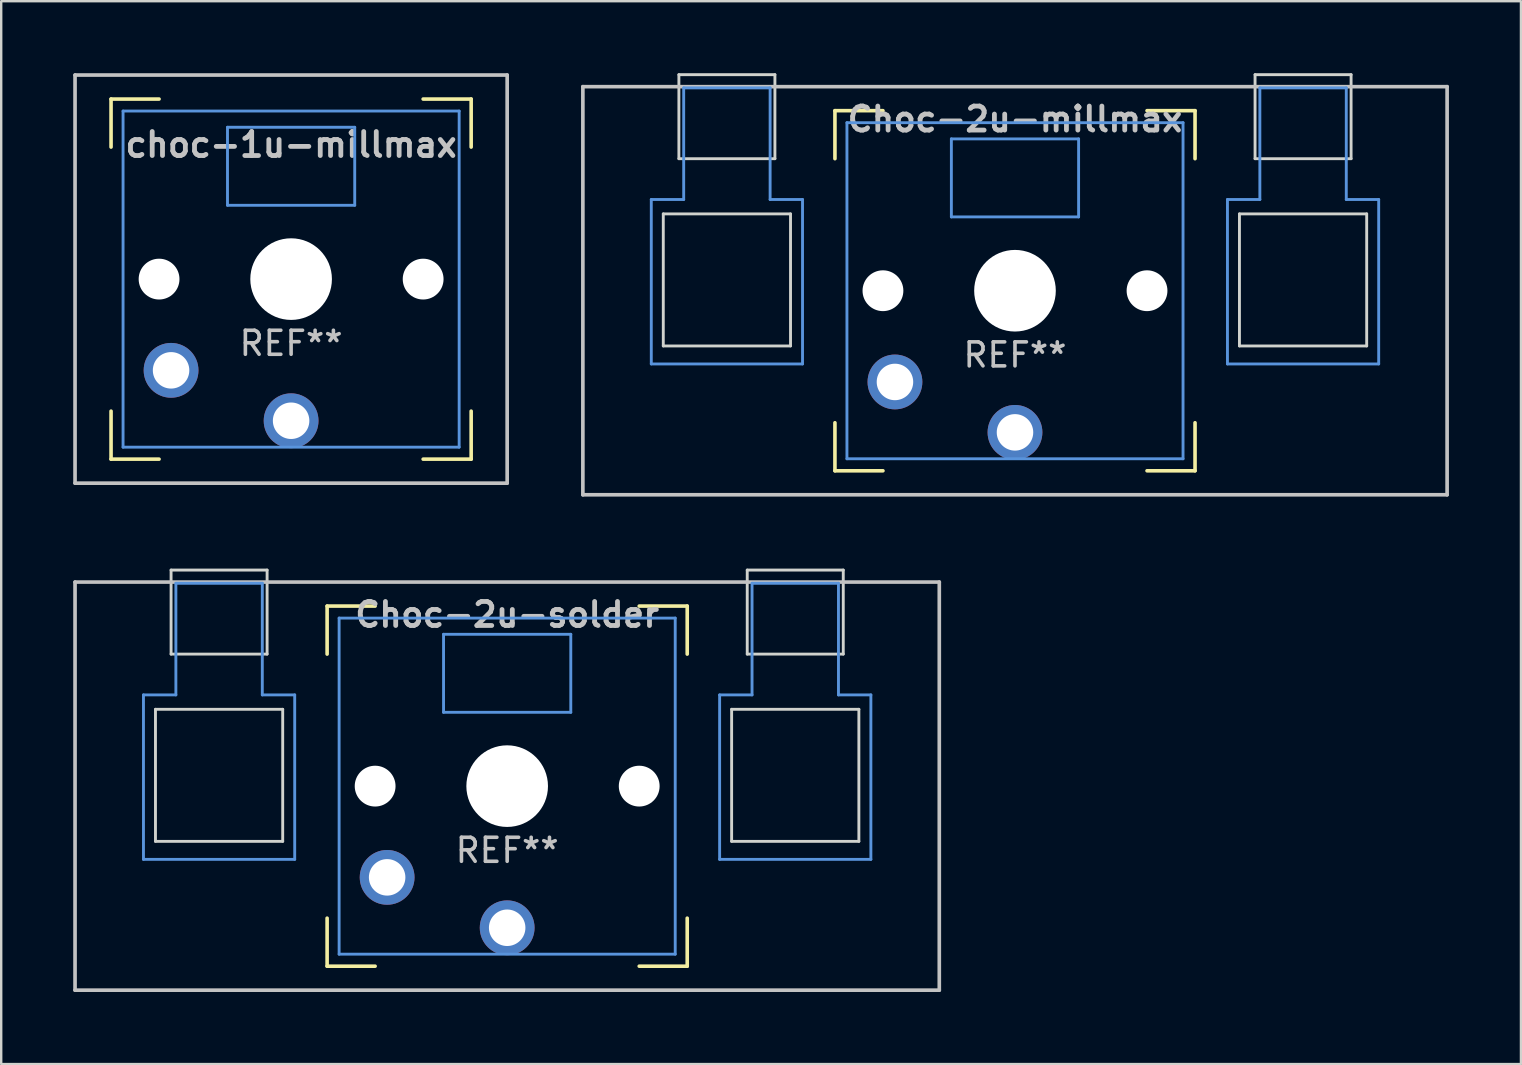
<source format=kicad_pcb>
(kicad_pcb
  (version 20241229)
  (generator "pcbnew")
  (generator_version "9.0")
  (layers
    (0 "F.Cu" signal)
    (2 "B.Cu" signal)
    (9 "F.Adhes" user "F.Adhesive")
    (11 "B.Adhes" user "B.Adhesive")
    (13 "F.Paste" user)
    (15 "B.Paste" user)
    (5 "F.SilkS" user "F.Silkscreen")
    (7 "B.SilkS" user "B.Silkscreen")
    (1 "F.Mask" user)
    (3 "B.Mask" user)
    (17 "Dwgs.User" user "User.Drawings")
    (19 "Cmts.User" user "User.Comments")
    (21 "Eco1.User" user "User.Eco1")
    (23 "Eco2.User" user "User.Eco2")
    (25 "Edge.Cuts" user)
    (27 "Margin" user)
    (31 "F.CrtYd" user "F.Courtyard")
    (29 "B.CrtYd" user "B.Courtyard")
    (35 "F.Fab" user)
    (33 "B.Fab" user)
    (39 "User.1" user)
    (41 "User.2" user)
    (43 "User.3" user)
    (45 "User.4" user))
  (footprint "Choc-2u-solder"
    (layer "F.Cu")
    (at 18.076 29.696)
    (property "Reference" "Choc-2u-solder" (at 0 -7.144 180) (layer "Dwgs.User") (effects (font (size 1 1) (thickness 0.2))))
    (attr through_hole)
    (fp_line (start -7.5 -7.5) (end -7.5 -5.5) (stroke (width 0.15) (type solid)) (layer "F.SilkS"))
    (fp_line (start -7.5 7.5) (end -7.5 5.5) (stroke (width 0.15) (type solid)) (layer "F.SilkS"))
    (fp_line (start -5.5 -7.5) (end -7.5 -7.5) (stroke (width 0.15) (type solid)) (layer "F.SilkS"))
    (fp_line (start -5.5 7.5) (end -7.5 7.5) (stroke (width 0.15) (type solid)) (layer "F.SilkS"))
    (fp_line (start 5.5 -7.5) (end 7.5 -7.5) (stroke (width 0.15) (type solid)) (layer "F.SilkS"))
    (fp_line (start 5.5 7.5) (end 7.5 7.5) (stroke (width 0.15) (type solid)) (layer "F.SilkS"))
    (fp_line (start 7.5 -7.5) (end 7.5 -5.5) (stroke (width 0.15) (type solid)) (layer "F.SilkS"))
    (fp_line (start 7.5 7.5) (end 7.5 5.5) (stroke (width 0.15) (type solid)) (layer "F.SilkS"))
    (fp_line (start -18 -8.5) (end 18 -8.5) (stroke (width 0.152) (type solid)) (layer "Dwgs.User"))
    (fp_line (start -18 8.5) (end -18 -8.5) (stroke (width 0.152) (type solid)) (layer "Dwgs.User"))
    (fp_line (start 18 -8.5) (end 18 8.5) (stroke (width 0.152) (type solid)) (layer "Dwgs.User"))
    (fp_line (start 18 8.5) (end -18 8.5) (stroke (width 0.152) (type solid)) (layer "Dwgs.User"))
    (fp_line (start -15.15 -3.8) (end -13.8 -3.8) (stroke (width 0.12) (type solid)) (layer "Cmts.User"))
    (fp_line (start -15.15 3.05) (end -15.15 -3.8) (stroke (width 0.12) (type solid)) (layer "Cmts.User"))
    (fp_line (start -15.15 3.05) (end -8.85 3.05) (stroke (width 0.12) (type solid)) (layer "Cmts.User"))
    (fp_line (start -13.8 -8.45) (end -13.8 -3.8) (stroke (width 0.12) (type solid)) (layer "Cmts.User"))
    (fp_line (start -13.8 -8.45) (end -10.2 -8.45) (stroke (width 0.12) (type solid)) (layer "Cmts.User"))
    (fp_line (start -10.2 -8.45) (end -10.2 -3.8) (stroke (width 0.12) (type solid)) (layer "Cmts.User"))
    (fp_line (start -10.2 -3.8) (end -8.85 -3.8) (stroke (width 0.12) (type solid)) (layer "Cmts.User"))
    (fp_line (start -8.85 3.05) (end -8.85 -3.8) (stroke (width 0.12) (type solid)) (layer "Cmts.User"))
    (fp_line (start -7 -7) (end -7 7) (stroke (width 0.12) (type solid)) (layer "Cmts.User"))
    (fp_line (start -7 7) (end 7 7) (stroke (width 0.12) (type solid)) (layer "Cmts.User"))
    (fp_line (start -2.65 -6.325) (end 2.65 -6.325) (stroke (width 0.12) (type solid)) (layer "Cmts.User"))
    (fp_line (start -2.65 -3.075) (end -2.65 -6.325) (stroke (width 0.12) (type solid)) (layer "Cmts.User"))
    (fp_line (start 2.65 -6.325) (end 2.65 -3.075) (stroke (width 0.12) (type solid)) (layer "Cmts.User"))
    (fp_line (start 2.65 -3.075) (end -2.65 -3.075) (stroke (width 0.12) (type solid)) (layer "Cmts.User"))
    (fp_line (start 7 -7) (end -7 -7) (stroke (width 0.12) (type solid)) (layer "Cmts.User"))
    (fp_line (start 7 7) (end 7 -7) (stroke (width 0.12) (type solid)) (layer "Cmts.User"))
    (fp_line (start 8.85 -3.8) (end 10.2 -3.8) (stroke (width 0.12) (type solid)) (layer "Cmts.User"))
    (fp_line (start 8.85 3.05) (end 8.85 -3.8) (stroke (width 0.12) (type solid)) (layer "Cmts.User"))
    (fp_line (start 8.85 3.05) (end 15.15 3.05) (stroke (width 0.12) (type solid)) (layer "Cmts.User"))
    (fp_line (start 10.2 -8.45) (end 10.2 -3.8) (stroke (width 0.12) (type solid)) (layer "Cmts.User"))
    (fp_line (start 10.2 -8.45) (end 13.8 -8.45) (stroke (width 0.12) (type solid)) (layer "Cmts.User"))
    (fp_line (start 13.8 -8.45) (end 13.8 -3.8) (stroke (width 0.12) (type solid)) (layer "Cmts.User"))
    (fp_line (start 13.8 -3.8) (end 15.15 -3.8) (stroke (width 0.12) (type solid)) (layer "Cmts.User"))
    (fp_line (start 15.15 3.05) (end 15.15 -3.8) (stroke (width 0.12) (type solid)) (layer "Cmts.User"))
    (fp_line (start -14.65 -3.2) (end -14.65 2.3) (stroke (width 0.12) (type solid)) (layer "Edge.Cuts"))
    (fp_line (start -14.65 -3.2) (end -9.35 -3.2) (stroke (width 0.12) (type solid)) (layer "Edge.Cuts"))
    (fp_line (start -14.65 2.3) (end -9.35 2.3) (stroke (width 0.12) (type solid)) (layer "Edge.Cuts"))
    (fp_line (start -14 -9) (end -14 -5.5) (stroke (width 0.12) (type solid)) (layer "Edge.Cuts"))
    (fp_line (start -14 -9) (end -10 -9) (stroke (width 0.12) (type solid)) (layer "Edge.Cuts"))
    (fp_line (start -14 -5.5) (end -10 -5.5) (stroke (width 0.12) (type solid)) (layer "Edge.Cuts"))
    (fp_line (start -10 -5.5) (end -10 -9) (stroke (width 0.12) (type solid)) (layer "Edge.Cuts"))
    (fp_line (start -9.35 2.3) (end -9.35 -3.2) (stroke (width 0.12) (type solid)) (layer "Edge.Cuts"))
    (fp_line (start 9.35 -3.2) (end 9.35 2.3) (stroke (width 0.12) (type solid)) (layer "Edge.Cuts"))
    (fp_line (start 9.35 -3.2) (end 14.65 -3.2) (stroke (width 0.12) (type solid)) (layer "Edge.Cuts"))
    (fp_line (start 9.35 2.3) (end 14.65 2.3) (stroke (width 0.12) (type solid)) (layer "Edge.Cuts"))
    (fp_line (start 10 -9) (end 10 -5.5) (stroke (width 0.12) (type solid)) (layer "Edge.Cuts"))
    (fp_line (start 10 -9) (end 14 -9) (stroke (width 0.12) (type solid)) (layer "Edge.Cuts"))
    (fp_line (start 10 -5.5) (end 14 -5.5) (stroke (width 0.12) (type solid)) (layer "Edge.Cuts"))
    (fp_line (start 14 -5.5) (end 14 -9) (stroke (width 0.12) (type solid)) (layer "Edge.Cuts"))
    (fp_line (start 14.65 2.3) (end 14.65 -3.2) (stroke (width 0.12) (type solid)) (layer "Edge.Cuts"))
    (fp_text user "REF**" (at 0 2.675 0) (layer "Dwgs.User") (effects (font (size 1 1) (thickness 0.15))))
    (pad "" np_thru_hole circle (at -5.5 0 180) (size 1.7 1.7) (drill 1.7) (layers "*.Cu" "*.Mask"))
    (pad "" np_thru_hole circle (at 0 0 90) (size 3.4 3.4) (drill 3.4) (layers "*.Cu" "*.Mask"))
    (pad "" np_thru_hole circle (at 5.5 0 180) (size 1.7 1.7) (drill 1.7) (layers "*.Cu" "*.Mask"))
    (pad "1" thru_hole circle (at 0 5.9 180) (size 2.282 2.282) (drill 1.52) (layers "*.Cu" "*.Mask"))
    (pad "2" thru_hole circle (at -5 3.8 41.9) (size 2.282 2.282) (drill 1.52) (layers "*.Cu" "*.Mask")))
  (footprint "Choc-2u-millmax"
    (layer "F.Cu")
    (at 39.229 9.06)
    (property "Reference" "Choc-2u-millmax" (at 0 -7.144 180) (layer "Dwgs.User") (effects (font (size 1 1) (thickness 0.2))))
    (attr through_hole exclude_from_pos_files exclude_from_bom)
    (fp_line (start -7.5 -7.5) (end -7.5 -5.5) (stroke (width 0.15) (type solid)) (layer "F.SilkS"))
    (fp_line (start -7.5 7.5) (end -7.5 5.5) (stroke (width 0.15) (type solid)) (layer "F.SilkS"))
    (fp_line (start -5.5 -7.5) (end -7.5 -7.5) (stroke (width 0.15) (type solid)) (layer "F.SilkS"))
    (fp_line (start -5.5 7.5) (end -7.5 7.5) (stroke (width 0.15) (type solid)) (layer "F.SilkS"))
    (fp_line (start 5.5 -7.5) (end 7.5 -7.5) (stroke (width 0.15) (type solid)) (layer "F.SilkS"))
    (fp_line (start 5.5 7.5) (end 7.5 7.5) (stroke (width 0.15) (type solid)) (layer "F.SilkS"))
    (fp_line (start 7.5 -7.5) (end 7.5 -5.5) (stroke (width 0.15) (type solid)) (layer "F.SilkS"))
    (fp_line (start 7.5 7.5) (end 7.5 5.5) (stroke (width 0.15) (type solid)) (layer "F.SilkS"))
    (fp_line (start -18 -8.5) (end 18 -8.5) (stroke (width 0.152) (type solid)) (layer "Dwgs.User"))
    (fp_line (start -18 8.5) (end -18 -8.5) (stroke (width 0.152) (type solid)) (layer "Dwgs.User"))
    (fp_line (start 18 -8.5) (end 18 8.5) (stroke (width 0.152) (type solid)) (layer "Dwgs.User"))
    (fp_line (start 18 8.5) (end -18 8.5) (stroke (width 0.152) (type solid)) (layer "Dwgs.User"))
    (fp_line (start -15.15 -3.8) (end -13.8 -3.8) (stroke (width 0.12) (type solid)) (layer "Cmts.User"))
    (fp_line (start -15.15 3.05) (end -15.15 -3.8) (stroke (width 0.12) (type solid)) (layer "Cmts.User"))
    (fp_line (start -15.15 3.05) (end -8.85 3.05) (stroke (width 0.12) (type solid)) (layer "Cmts.User"))
    (fp_line (start -13.8 -8.45) (end -13.8 -3.8) (stroke (width 0.12) (type solid)) (layer "Cmts.User"))
    (fp_line (start -13.8 -8.45) (end -10.2 -8.45) (stroke (width 0.12) (type solid)) (layer "Cmts.User"))
    (fp_line (start -10.2 -8.45) (end -10.2 -3.8) (stroke (width 0.12) (type solid)) (layer "Cmts.User"))
    (fp_line (start -10.2 -3.8) (end -8.85 -3.8) (stroke (width 0.12) (type solid)) (layer "Cmts.User"))
    (fp_line (start -8.85 3.05) (end -8.85 -3.8) (stroke (width 0.12) (type solid)) (layer "Cmts.User"))
    (fp_line (start -7 -7) (end -7 7) (stroke (width 0.12) (type solid)) (layer "Cmts.User"))
    (fp_line (start -7 7) (end 7 7) (stroke (width 0.12) (type solid)) (layer "Cmts.User"))
    (fp_line (start -2.65 -6.325) (end 2.65 -6.325) (stroke (width 0.12) (type solid)) (layer "Cmts.User"))
    (fp_line (start -2.65 -3.075) (end -2.65 -6.325) (stroke (width 0.12) (type solid)) (layer "Cmts.User"))
    (fp_line (start 2.65 -6.325) (end 2.65 -3.075) (stroke (width 0.12) (type solid)) (layer "Cmts.User"))
    (fp_line (start 2.65 -3.075) (end -2.65 -3.075) (stroke (width 0.12) (type solid)) (layer "Cmts.User"))
    (fp_line (start 7 -7) (end -7 -7) (stroke (width 0.12) (type solid)) (layer "Cmts.User"))
    (fp_line (start 7 7) (end 7 -7) (stroke (width 0.12) (type solid)) (layer "Cmts.User"))
    (fp_line (start 8.85 -3.8) (end 10.2 -3.8) (stroke (width 0.12) (type solid)) (layer "Cmts.User"))
    (fp_line (start 8.85 3.05) (end 8.85 -3.8) (stroke (width 0.12) (type solid)) (layer "Cmts.User"))
    (fp_line (start 8.85 3.05) (end 15.15 3.05) (stroke (width 0.12) (type solid)) (layer "Cmts.User"))
    (fp_line (start 10.2 -8.45) (end 10.2 -3.8) (stroke (width 0.12) (type solid)) (layer "Cmts.User"))
    (fp_line (start 10.2 -8.45) (end 13.8 -8.45) (stroke (width 0.12) (type solid)) (layer "Cmts.User"))
    (fp_line (start 13.8 -8.45) (end 13.8 -3.8) (stroke (width 0.12) (type solid)) (layer "Cmts.User"))
    (fp_line (start 13.8 -3.8) (end 15.15 -3.8) (stroke (width 0.12) (type solid)) (layer "Cmts.User"))
    (fp_line (start 15.15 3.05) (end 15.15 -3.8) (stroke (width 0.12) (type solid)) (layer "Cmts.User"))
    (fp_line (start -14.65 -3.2) (end -14.65 2.3) (stroke (width 0.12) (type solid)) (layer "Edge.Cuts"))
    (fp_line (start -14.65 -3.2) (end -9.35 -3.2) (stroke (width 0.12) (type solid)) (layer "Edge.Cuts"))
    (fp_line (start -14.65 2.3) (end -9.35 2.3) (stroke (width 0.12) (type solid)) (layer "Edge.Cuts"))
    (fp_line (start -14 -9) (end -14 -5.5) (stroke (width 0.12) (type solid)) (layer "Edge.Cuts"))
    (fp_line (start -14 -9) (end -10 -9) (stroke (width 0.12) (type solid)) (layer "Edge.Cuts"))
    (fp_line (start -14 -5.5) (end -10 -5.5) (stroke (width 0.12) (type solid)) (layer "Edge.Cuts"))
    (fp_line (start -10 -5.5) (end -10 -9) (stroke (width 0.12) (type solid)) (layer "Edge.Cuts"))
    (fp_line (start -9.35 2.3) (end -9.35 -3.2) (stroke (width 0.12) (type solid)) (layer "Edge.Cuts"))
    (fp_line (start 9.35 -3.2) (end 9.35 2.3) (stroke (width 0.12) (type solid)) (layer "Edge.Cuts"))
    (fp_line (start 9.35 -3.2) (end 14.65 -3.2) (stroke (width 0.12) (type solid)) (layer "Edge.Cuts"))
    (fp_line (start 9.35 2.3) (end 14.65 2.3) (stroke (width 0.12) (type solid)) (layer "Edge.Cuts"))
    (fp_line (start 10 -9) (end 10 -5.5) (stroke (width 0.12) (type solid)) (layer "Edge.Cuts"))
    (fp_line (start 10 -9) (end 14 -9) (stroke (width 0.12) (type solid)) (layer "Edge.Cuts"))
    (fp_line (start 10 -5.5) (end 14 -5.5) (stroke (width 0.12) (type solid)) (layer "Edge.Cuts"))
    (fp_line (start 14 -5.5) (end 14 -9) (stroke (width 0.12) (type solid)) (layer "Edge.Cuts"))
    (fp_line (start 14.65 2.3) (end 14.65 -3.2) (stroke (width 0.12) (type solid)) (layer "Edge.Cuts"))
    (fp_text user "REF**" (at 0 2.675 0) (layer "Dwgs.User") (effects (font (size 1 1) (thickness 0.15))))
    (pad "" np_thru_hole circle (at -5.5 0 180) (size 1.7 1.7) (drill 1.7) (layers "*.Cu" "*.Mask"))
    (pad "" np_thru_hole circle (at 0 0 90) (size 3.4 3.4) (drill 3.4) (layers "*.Cu" "*.Mask"))
    (pad "" np_thru_hole circle (at 5.5 0 180) (size 1.7 1.7) (drill 1.7) (layers "*.Cu" "*.Mask"))
    (pad "1" thru_hole circle (at -5 3.8 41.9) (size 2.282 2.282) (drill 1.52) (layers "*.Cu" "B.Mask"))
    (pad "2" thru_hole circle (at 0 5.9 180) (size 2.282 2.282) (drill 1.52) (layers "*.Cu" "B.Mask")))
  (footprint "choc-1u-millmax"
    (layer "F.Cu")
    (at 9.076 8.576)
    (property "Reference" "choc-1u-millmax" (at 0 -5.6 180) (layer "Dwgs.User") (effects (font (size 1 1) (thickness 0.2))))
    (attr through_hole exclude_from_pos_files exclude_from_bom)
    (fp_line (start -7.5 -7.5) (end -7.5 -5.5) (stroke (width 0.15) (type solid)) (layer "F.SilkS"))
    (fp_line (start -7.5 7.5) (end -7.5 5.5) (stroke (width 0.15) (type solid)) (layer "F.SilkS"))
    (fp_line (start -5.5 -7.5) (end -7.5 -7.5) (stroke (width 0.15) (type solid)) (layer "F.SilkS"))
    (fp_line (start -5.5 7.5) (end -7.5 7.5) (stroke (width 0.15) (type solid)) (layer "F.SilkS"))
    (fp_line (start 5.5 -7.5) (end 7.5 -7.5) (stroke (width 0.15) (type solid)) (layer "F.SilkS"))
    (fp_line (start 5.5 7.5) (end 7.5 7.5) (stroke (width 0.15) (type solid)) (layer "F.SilkS"))
    (fp_line (start 7.5 -7.5) (end 7.5 -5.5) (stroke (width 0.15) (type solid)) (layer "F.SilkS"))
    (fp_line (start 7.5 7.5) (end 7.5 5.5) (stroke (width 0.15) (type solid)) (layer "F.SilkS"))
    (fp_line (start -9 -8.5) (end 9 -8.5) (stroke (width 0.152) (type solid)) (layer "Dwgs.User"))
    (fp_line (start -9 8.5) (end -9 -8.5) (stroke (width 0.152) (type solid)) (layer "Dwgs.User"))
    (fp_line (start 9 -8.5) (end 9 8.5) (stroke (width 0.152) (type solid)) (layer "Dwgs.User"))
    (fp_line (start 9 8.5) (end -9 8.5) (stroke (width 0.152) (type solid)) (layer "Dwgs.User"))
    (fp_line (start -7 -7) (end -7 7) (stroke (width 0.12) (type solid)) (layer "Cmts.User"))
    (fp_line (start -7 7) (end 7 7) (stroke (width 0.12) (type solid)) (layer "Cmts.User"))
    (fp_line (start -2.65 -6.325) (end 2.65 -6.325) (stroke (width 0.12) (type solid)) (layer "Cmts.User"))
    (fp_line (start -2.65 -3.075) (end -2.65 -6.325) (stroke (width 0.12) (type solid)) (layer "Cmts.User"))
    (fp_line (start 2.65 -6.325) (end 2.65 -3.075) (stroke (width 0.12) (type solid)) (layer "Cmts.User"))
    (fp_line (start 2.65 -3.075) (end -2.65 -3.075) (stroke (width 0.12) (type solid)) (layer "Cmts.User"))
    (fp_line (start 7 -7) (end -7 -7) (stroke (width 0.12) (type solid)) (layer "Cmts.User"))
    (fp_line (start 7 7) (end 7 -7) (stroke (width 0.12) (type solid)) (layer "Cmts.User"))
    (fp_text user "REF**" (at 0 2.675 0) (layer "Dwgs.User") (effects (font (size 1 1) (thickness 0.15))))
    (pad "" np_thru_hole circle (at -5.5 0 180) (size 1.7 1.7) (drill 1.7) (layers "*.Cu" "*.Mask"))
    (pad "" np_thru_hole circle (at 0 0 90) (size 3.4 3.4) (drill 3.4) (layers "*.Cu" "*.Mask"))
    (pad "" np_thru_hole circle (at 5.5 0 180) (size 1.7 1.7) (drill 1.7) (layers "*.Cu" "*.Mask"))
    (pad "1" thru_hole circle (at -5 3.8) (size 2.282 2.282) (drill 1.52) (layers "*.Cu" "B.Mask"))
    (pad "2" thru_hole circle (at 0 5.9 180) (size 2.282 2.282) (drill 1.52) (layers "*.Cu" "B.Mask")))
  (gr_rect
    (start -3 -3)
    (end 60.305 41.272)
    (stroke (width 0.1) (type default))
    (fill no)
    (layer "Edge.Cuts")))
</source>
